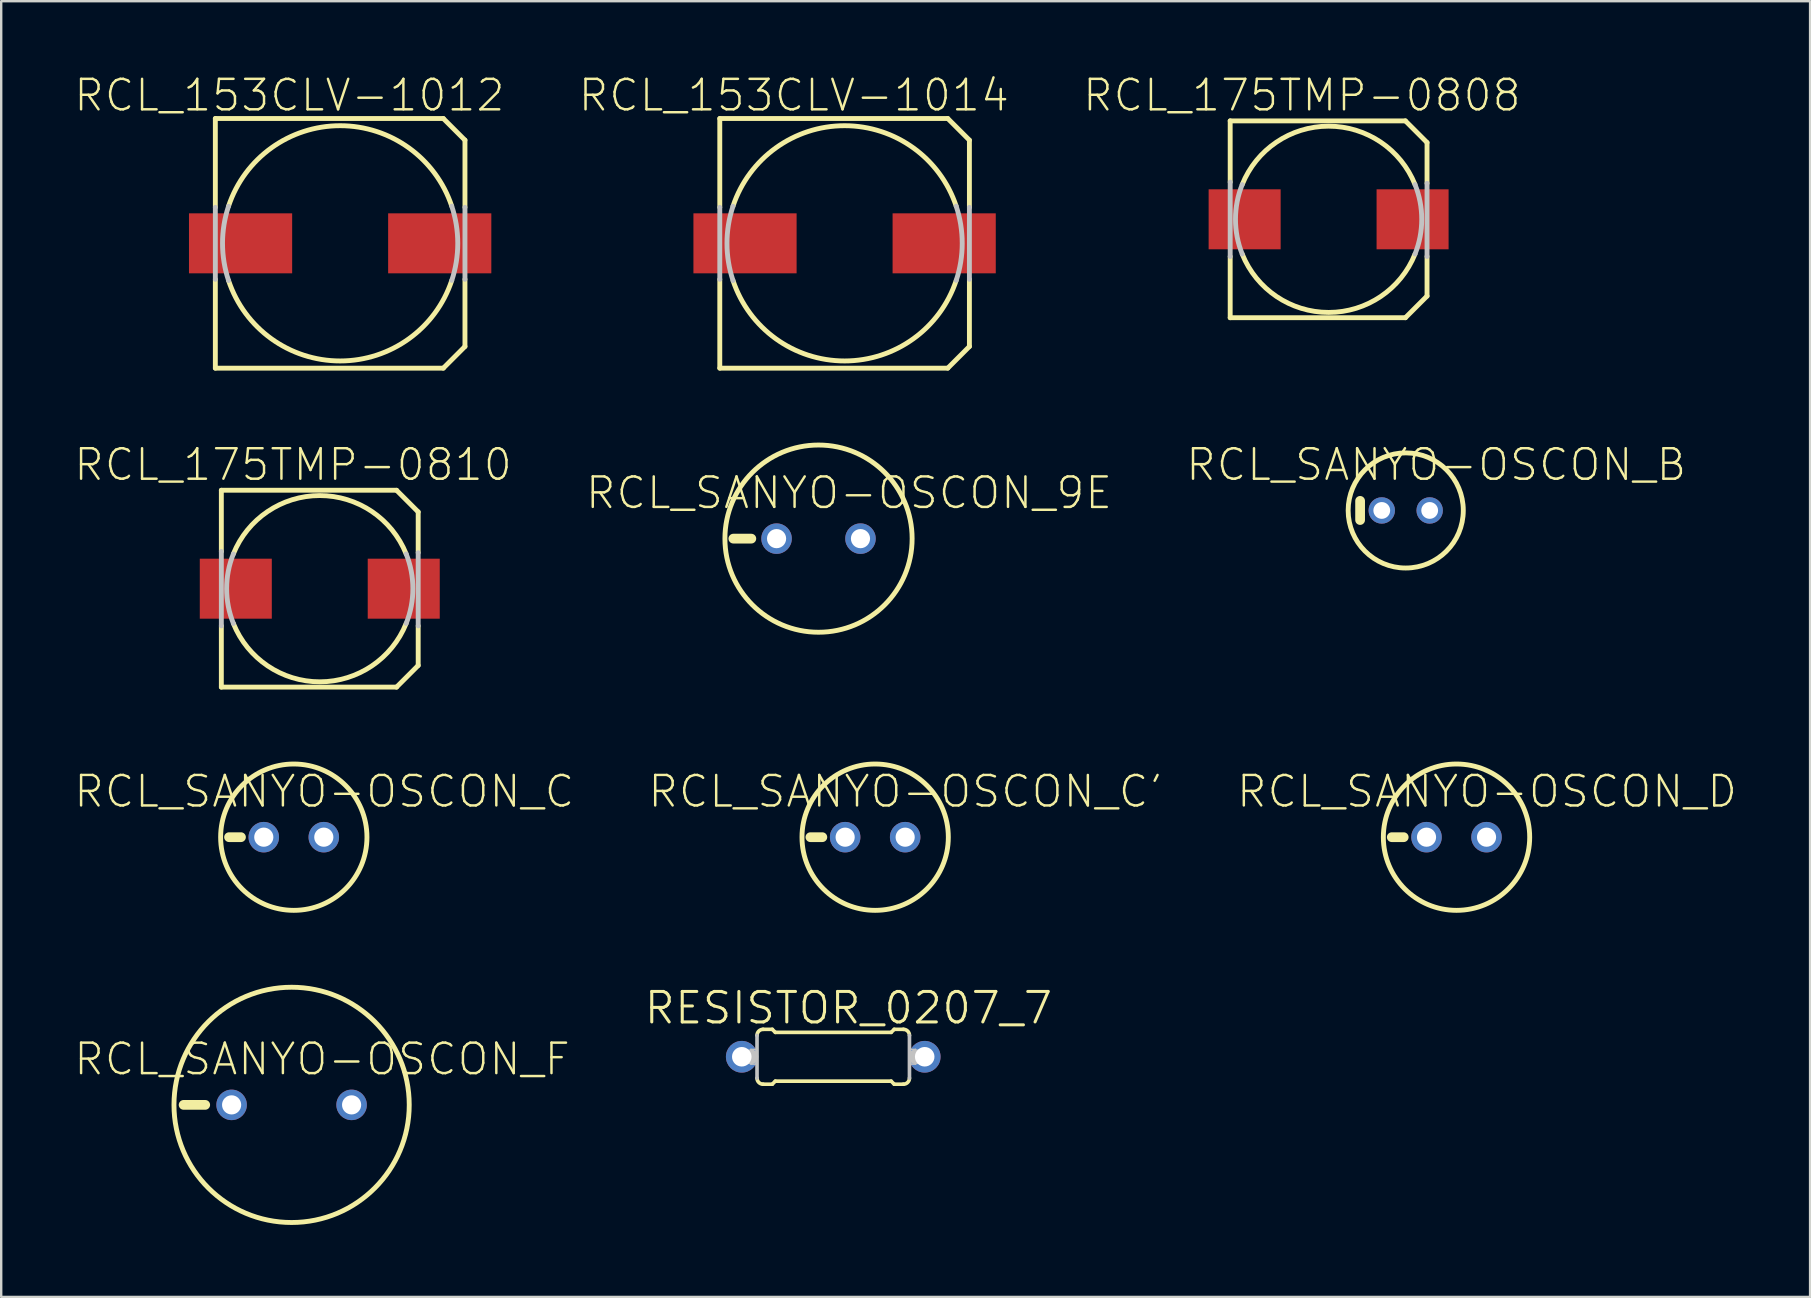
<source format=kicad_pcb>
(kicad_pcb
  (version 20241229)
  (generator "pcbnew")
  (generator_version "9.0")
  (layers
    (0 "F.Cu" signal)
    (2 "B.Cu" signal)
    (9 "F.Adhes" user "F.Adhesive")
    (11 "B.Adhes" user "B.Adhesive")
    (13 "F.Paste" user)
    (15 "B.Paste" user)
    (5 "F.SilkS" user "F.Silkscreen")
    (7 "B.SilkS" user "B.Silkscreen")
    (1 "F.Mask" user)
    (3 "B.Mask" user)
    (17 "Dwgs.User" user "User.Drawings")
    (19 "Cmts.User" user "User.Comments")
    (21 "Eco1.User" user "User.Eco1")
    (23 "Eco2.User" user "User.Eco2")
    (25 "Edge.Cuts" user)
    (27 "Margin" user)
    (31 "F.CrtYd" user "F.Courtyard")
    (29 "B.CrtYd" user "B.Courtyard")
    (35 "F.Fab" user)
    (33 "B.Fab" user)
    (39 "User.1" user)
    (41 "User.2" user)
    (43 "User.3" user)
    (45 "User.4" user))
  (footprint "RCL_153CLV-1012"
    (layer "F.Cu")
    (at 11.119 7.086)
    (property "Reference" "RCL_153CLV-1012" (at -2.113 -6.165 0) (layer "F.SilkS") (effects (font (size 1.27 1.27) (thickness 0.102))))
    (attr smd)
    (fp_line (start -5.199 -5.199) (end 4.298 -5.199) (stroke (width 0.203) (type solid)) (layer "F.SilkS"))
    (fp_line (start -5.199 -1.499) (end -5.199 -5.199) (stroke (width 0.203) (type solid)) (layer "F.SilkS"))
    (fp_line (start -5.199 5.199) (end -5.199 1.499) (stroke (width 0.203) (type solid)) (layer "F.SilkS"))
    (fp_line (start 4.298 -5.199) (end 5.199 -4.298) (stroke (width 0.203) (type solid)) (layer "F.SilkS"))
    (fp_line (start 4.298 5.199) (end -5.199 5.199) (stroke (width 0.203) (type solid)) (layer "F.SilkS"))
    (fp_line (start 5.199 -4.298) (end 5.199 -1.499) (stroke (width 0.203) (type solid)) (layer "F.SilkS"))
    (fp_line (start 5.199 1.499) (end 5.199 4.298) (stroke (width 0.203) (type solid)) (layer "F.SilkS"))
    (fp_line (start 5.199 4.298) (end 4.298 5.199) (stroke (width 0.203) (type solid)) (layer "F.SilkS"))
    (fp_arc (start -4.6482 -1.5494) (mid -0.001287 -4.899633) (end 4.647385 -1.551842) (stroke (width 0.2032) (type solid)) (layer "F.SilkS"))
    (fp_arc (start 4.6482 1.5494) (mid 0.001287 4.899633) (end -4.647385 1.551842) (stroke (width 0.2032) (type solid)) (layer "F.SilkS"))
    (fp_line (start -5.199 1.499) (end -5.199 -1.499) (stroke (width 0.203) (type solid)) (layer "Dwgs.User"))
    (fp_line (start 5.199 -1.499) (end 5.199 1.499) (stroke (width 0.203) (type solid)) (layer "Dwgs.User"))
    (fp_arc (start -4.6482 1.5494) (mid -4.899632 0.002989) (end -4.650087 -1.543728) (stroke (width 0.2032) (type solid)) (layer "Dwgs.User"))
    (fp_arc (start 4.6482 -1.5494) (mid 4.899632 -0.002989) (end 4.650087 1.543728) (stroke (width 0.2032) (type solid)) (layer "Dwgs.User"))
    (pad "+" smd rect (at 4.148 0) (size 4.298 2.499) (layers "F.Cu" "F.Mask" "F.Paste"))
    (pad "-" smd rect (at -4.148 0) (size 4.298 2.499) (layers "F.Cu" "F.Mask" "F.Paste")))
  (footprint "RCL_175TMP-0808"
    (layer "F.Cu")
    (at 52.294 6.085)
    (property "Reference" "RCL_175TMP-0808" (at -1.113 -5.164 0) (layer "F.SilkS") (effects (font (size 1.27 1.27) (thickness 0.102))))
    (attr smd)
    (fp_line (start -4.1 -4.1) (end 3.198 -4.1) (stroke (width 0.203) (type solid)) (layer "F.SilkS"))
    (fp_line (start -4.1 -1.549) (end -4.1 -4.1) (stroke (width 0.203) (type solid)) (layer "F.SilkS"))
    (fp_line (start -4.1 4.1) (end -4.1 1.549) (stroke (width 0.203) (type solid)) (layer "F.SilkS"))
    (fp_line (start 3.198 -4.1) (end 4.1 -3.198) (stroke (width 0.203) (type solid)) (layer "F.SilkS"))
    (fp_line (start 3.198 4.1) (end -4.1 4.1) (stroke (width 0.203) (type solid)) (layer "F.SilkS"))
    (fp_line (start 4.1 -3.198) (end 4.1 -1.499) (stroke (width 0.203) (type solid)) (layer "F.SilkS"))
    (fp_line (start 4.1 1.549) (end 4.1 3.198) (stroke (width 0.203) (type solid)) (layer "F.SilkS"))
    (fp_line (start 4.1 3.198) (end 3.198 4.1) (stroke (width 0.203) (type solid)) (layer "F.SilkS"))
    (fp_arc (start -3.59918 -1.4478) (mid -0.002514 -3.879461) (end 3.5973 -1.452464) (stroke (width 0.2032) (type solid)) (layer "F.SilkS"))
    (fp_arc (start 3.59918 1.4478) (mid 0.002514 3.879461) (end -3.5973 1.452464) (stroke (width 0.2032) (type solid)) (layer "F.SilkS"))
    (fp_line (start -4.1 1.549) (end -4.1 -1.549) (stroke (width 0.203) (type solid)) (layer "Dwgs.User"))
    (fp_line (start 4.1 -1.499) (end 4.1 1.549) (stroke (width 0.203) (type solid)) (layer "Dwgs.User"))
    (fp_arc (start -3.59918 1.4478) (mid -3.879461 0.000871) (end -3.59983 -1.446183) (stroke (width 0.2032) (type solid)) (layer "Dwgs.User"))
    (fp_arc (start 3.59918 -1.4478) (mid 3.879461 -0.000871) (end 3.59983 1.446183) (stroke (width 0.2032) (type solid)) (layer "Dwgs.User"))
    (pad "+" smd rect (at 3.498 0) (size 3 2.499) (layers "F.Cu" "F.Mask" "F.Paste"))
    (pad "-" smd rect (at -3.498 0) (size 3 2.499) (layers "F.Cu" "F.Mask" "F.Paste")))
  (footprint "RCL_SANYO-OSCON_C'"
    (layer "F.Cu")
    (at 33.405 31.823)
    (property "Reference" "RCL_SANYO-OSCON_C'" (at 1.27 -1.905 0) (layer "F.SilkS") (effects (font (size 1.27 1.27) (thickness 0.102))))
    (attr exclude_from_pos_files exclude_from_bom)
    (fp_line (start -2.2 0) (end -2.697 0) (stroke (width 0.406) (type solid)) (layer "F.SilkS"))
    (fp_circle (center 0 0) (end 0 -3.048) (stroke (width 0.203) (type solid)) (fill no) (layer "F.SilkS"))
    (pad "+" thru_hole circle (at 1.25 0) (size 1.27 1.27) (drill 0.798) (layers "*.Cu" "*.Paste" "*.Mask"))
    (pad "-" thru_hole circle (at -1.25 0) (size 1.27 1.27) (drill 0.798) (layers "*.Cu" "*.Paste" "*.Mask")))
  (footprint "RCL_153CLV-1014"
    (layer "F.Cu")
    (at 32.132 7.086)
    (property "Reference" "RCL_153CLV-1014" (at -2.113 -6.165 0) (layer "F.SilkS") (effects (font (size 1.27 1.27) (thickness 0.102))))
    (attr smd)
    (fp_line (start -5.199 -5.199) (end 4.298 -5.199) (stroke (width 0.203) (type solid)) (layer "F.SilkS"))
    (fp_line (start -5.199 -1.499) (end -5.199 -5.199) (stroke (width 0.203) (type solid)) (layer "F.SilkS"))
    (fp_line (start -5.199 5.199) (end -5.199 1.499) (stroke (width 0.203) (type solid)) (layer "F.SilkS"))
    (fp_line (start 4.298 -5.199) (end 5.199 -4.298) (stroke (width 0.203) (type solid)) (layer "F.SilkS"))
    (fp_line (start 4.298 5.199) (end -5.199 5.199) (stroke (width 0.203) (type solid)) (layer "F.SilkS"))
    (fp_line (start 5.199 -4.298) (end 5.199 -1.499) (stroke (width 0.203) (type solid)) (layer "F.SilkS"))
    (fp_line (start 5.199 1.499) (end 5.199 4.298) (stroke (width 0.203) (type solid)) (layer "F.SilkS"))
    (fp_line (start 5.199 4.298) (end 4.298 5.199) (stroke (width 0.203) (type solid)) (layer "F.SilkS"))
    (fp_arc (start -4.6482 -1.5494) (mid -0.001287 -4.899633) (end 4.647385 -1.551842) (stroke (width 0.2032) (type solid)) (layer "F.SilkS"))
    (fp_arc (start 4.6482 1.5494) (mid 0.001287 4.899633) (end -4.647385 1.551842) (stroke (width 0.2032) (type solid)) (layer "F.SilkS"))
    (fp_line (start -5.199 1.499) (end -5.199 -1.499) (stroke (width 0.203) (type solid)) (layer "Dwgs.User"))
    (fp_line (start 5.199 -1.499) (end 5.199 1.499) (stroke (width 0.203) (type solid)) (layer "Dwgs.User"))
    (fp_arc (start -4.6482 1.5494) (mid -4.899632 0.002989) (end -4.650087 -1.543728) (stroke (width 0.2032) (type solid)) (layer "Dwgs.User"))
    (fp_arc (start 4.6482 -1.5494) (mid 4.899632 -0.002989) (end 4.650087 1.543728) (stroke (width 0.2032) (type solid)) (layer "Dwgs.User"))
    (pad "+" smd rect (at 4.148 0) (size 4.298 2.499) (layers "F.Cu" "F.Mask" "F.Paste"))
    (pad "-" smd rect (at -4.148 0) (size 4.298 2.499) (layers "F.Cu" "F.Mask" "F.Paste")))
  (footprint "RCL_SANYO-OSCON_D"
    (layer "F.Cu")
    (at 57.622 31.823)
    (property "Reference" "RCL_SANYO-OSCON_D" (at 1.27 -1.905 0) (layer "F.SilkS") (effects (font (size 1.27 1.27) (thickness 0.102))))
    (attr exclude_from_pos_files exclude_from_bom)
    (fp_line (start -2.2 0) (end -2.697 0) (stroke (width 0.406) (type solid)) (layer "F.SilkS"))
    (fp_circle (center 0 0) (end 0 -3.048) (stroke (width 0.203) (type solid)) (fill no) (layer "F.SilkS"))
    (pad "+" thru_hole circle (at 1.25 0) (size 1.27 1.27) (drill 0.798) (layers "*.Cu" "*.Paste" "*.Mask"))
    (pad "-" thru_hole circle (at -1.25 0) (size 1.27 1.27) (drill 0.798) (layers "*.Cu" "*.Paste" "*.Mask")))
  (footprint "RCL_SANYO-OSCON_F"
    (layer "F.Cu")
    (at 9.097 42.974)
    (property "Reference" "RCL_SANYO-OSCON_F" (at 1.27 -1.905 0) (layer "F.SilkS") (effects (font (size 1.27 1.27) (thickness 0.102))))
    (attr exclude_from_pos_files exclude_from_bom)
    (fp_line (start -4.498 0) (end -3.599 0) (stroke (width 0.406) (type solid)) (layer "F.SilkS"))
    (fp_circle (center 0 0) (end 0 -4.9) (stroke (width 0.203) (type solid)) (fill no) (layer "F.SilkS"))
    (pad "+" thru_hole circle (at 2.499 0) (size 1.27 1.27) (drill 0.798) (layers "*.Cu" "*.Paste" "*.Mask"))
    (pad "-" thru_hole circle (at -2.499 0) (size 1.27 1.27) (drill 0.798) (layers "*.Cu" "*.Paste" "*.Mask")))
  (footprint "RCL_SANYO-OSCON_9E"
    (layer "F.Cu")
    (at 31.046 19.387)
    (property "Reference" "RCL_SANYO-OSCON_9E" (at 1.27 -1.905 0) (layer "F.SilkS") (effects (font (size 1.27 1.27) (thickness 0.102))))
    (attr exclude_from_pos_files exclude_from_bom)
    (fp_line (start -3.548 0) (end -2.799 0) (stroke (width 0.406) (type solid)) (layer "F.SilkS"))
    (fp_circle (center 0 0) (end 0 -3.899) (stroke (width 0.203) (type solid)) (fill no) (layer "F.SilkS"))
    (pad "+" thru_hole circle (at 1.748 0) (size 1.27 1.27) (drill 0.798) (layers "*.Cu" "*.Paste" "*.Mask"))
    (pad "-" thru_hole circle (at -1.748 0) (size 1.27 1.27) (drill 0.798) (layers "*.Cu" "*.Paste" "*.Mask")))
  (footprint "RCL_175TMP-0810"
    (layer "F.Cu")
    (at 10.27 21.472)
    (property "Reference" "RCL_175TMP-0810" (at -1.113 -5.164 0) (layer "F.SilkS") (effects (font (size 1.27 1.27) (thickness 0.102))))
    (attr smd)
    (fp_line (start -4.1 -4.1) (end 3.198 -4.1) (stroke (width 0.203) (type solid)) (layer "F.SilkS"))
    (fp_line (start -4.1 -1.549) (end -4.1 -4.1) (stroke (width 0.203) (type solid)) (layer "F.SilkS"))
    (fp_line (start -4.1 4.1) (end -4.1 1.549) (stroke (width 0.203) (type solid)) (layer "F.SilkS"))
    (fp_line (start 3.198 -4.1) (end 4.1 -3.198) (stroke (width 0.203) (type solid)) (layer "F.SilkS"))
    (fp_line (start 3.198 4.1) (end -4.1 4.1) (stroke (width 0.203) (type solid)) (layer "F.SilkS"))
    (fp_line (start 4.1 -3.198) (end 4.1 -1.499) (stroke (width 0.203) (type solid)) (layer "F.SilkS"))
    (fp_line (start 4.1 1.549) (end 4.1 3.198) (stroke (width 0.203) (type solid)) (layer "F.SilkS"))
    (fp_line (start 4.1 3.198) (end 3.198 4.1) (stroke (width 0.203) (type solid)) (layer "F.SilkS"))
    (fp_arc (start -3.59918 -1.4478) (mid -0.002514 -3.879461) (end 3.5973 -1.452464) (stroke (width 0.2032) (type solid)) (layer "F.SilkS"))
    (fp_arc (start 3.59918 1.4478) (mid 0.002514 3.879461) (end -3.5973 1.452464) (stroke (width 0.2032) (type solid)) (layer "F.SilkS"))
    (fp_line (start -4.1 1.549) (end -4.1 -1.549) (stroke (width 0.203) (type solid)) (layer "Dwgs.User"))
    (fp_line (start 4.1 -1.499) (end 4.1 1.549) (stroke (width 0.203) (type solid)) (layer "Dwgs.User"))
    (fp_arc (start -3.59918 1.4478) (mid -3.879461 0.000871) (end -3.59983 -1.446183) (stroke (width 0.2032) (type solid)) (layer "Dwgs.User"))
    (fp_arc (start 3.59918 -1.4478) (mid 3.879461 -0.000871) (end 3.59983 1.446183) (stroke (width 0.2032) (type solid)) (layer "Dwgs.User"))
    (pad "+" smd rect (at 3.498 0) (size 3 2.499) (layers "F.Cu" "F.Mask" "F.Paste"))
    (pad "-" smd rect (at -3.498 0) (size 3 2.499) (layers "F.Cu" "F.Mask" "F.Paste")))
  (footprint "RESISTOR_0207_7"
    (layer "F.Cu")
    (at 31.659 40.97)
    (property "Reference" "RESISTOR_0207_7" (at 0.635 -2.032 0) (layer "F.SilkS") (effects (font (size 1.27 1.27) (thickness 0.127))))
    (attr exclude_from_pos_files exclude_from_bom)
    (fp_line (start -2.921 -1.143) (end -2.54 -1.143) (stroke (width 0.152) (type solid)) (layer "F.SilkS"))
    (fp_line (start -2.921 1.143) (end -2.54 1.143) (stroke (width 0.152) (type solid)) (layer "F.SilkS"))
    (fp_line (start -2.413 -1.016) (end -2.54 -1.143) (stroke (width 0.152) (type solid)) (layer "F.SilkS"))
    (fp_line (start -2.413 1.016) (end -2.54 1.143) (stroke (width 0.152) (type solid)) (layer "F.SilkS"))
    (fp_line (start 2.413 -1.016) (end -2.413 -1.016) (stroke (width 0.152) (type solid)) (layer "F.SilkS"))
    (fp_line (start 2.413 -1.016) (end 2.54 -1.143) (stroke (width 0.152) (type solid)) (layer "F.SilkS"))
    (fp_line (start 2.413 1.016) (end -2.413 1.016) (stroke (width 0.152) (type solid)) (layer "F.SilkS"))
    (fp_line (start 2.413 1.016) (end 2.54 1.143) (stroke (width 0.152) (type solid)) (layer "F.SilkS"))
    (fp_line (start 2.921 -1.143) (end 2.54 -1.143) (stroke (width 0.152) (type solid)) (layer "F.SilkS"))
    (fp_line (start 2.921 1.143) (end 2.54 1.143) (stroke (width 0.152) (type solid)) (layer "F.SilkS"))
    (fp_arc (start -3.175 -0.889) (mid -3.100605 -1.068605) (end -2.921 -1.143) (stroke (width 0.1524) (type solid)) (layer "F.SilkS"))
    (fp_arc (start -2.921 1.143) (mid -3.100605 1.068605) (end -3.175 0.889) (stroke (width 0.1524) (type solid)) (layer "F.SilkS"))
    (fp_arc (start 2.921 -1.143) (mid 3.100605 -1.068605) (end 3.175 -0.889) (stroke (width 0.1524) (type solid)) (layer "F.SilkS"))
    (fp_arc (start 3.175 0.889) (mid 3.100605 1.068605) (end 2.921 1.143) (stroke (width 0.1524) (type solid)) (layer "F.SilkS"))
    (fp_line (start -3.81 0) (end -3.429 0) (stroke (width 0.61) (type solid)) (layer "Dwgs.User"))
    (fp_line (start -3.429 -0.305) (end -3.175 -0.305) (stroke (width 0.066) (type solid)) (layer "Dwgs.User"))
    (fp_line (start -3.429 0.305) (end -3.429 -0.305) (stroke (width 0.066) (type solid)) (layer "Dwgs.User"))
    (fp_line (start -3.429 0.305) (end -3.175 0.305) (stroke (width 0.066) (type solid)) (layer "Dwgs.User"))
    (fp_line (start -3.175 0.305) (end -3.175 -0.305) (stroke (width 0.066) (type solid)) (layer "Dwgs.User"))
    (fp_line (start -3.175 0.889) (end -3.175 -0.889) (stroke (width 0.152) (type solid)) (layer "Dwgs.User"))
    (fp_line (start 3.175 -0.305) (end 3.429 -0.305) (stroke (width 0.066) (type solid)) (layer "Dwgs.User"))
    (fp_line (start 3.175 0.305) (end 3.175 -0.305) (stroke (width 0.066) (type solid)) (layer "Dwgs.User"))
    (fp_line (start 3.175 0.305) (end 3.429 0.305) (stroke (width 0.066) (type solid)) (layer "Dwgs.User"))
    (fp_line (start 3.175 0.889) (end 3.175 -0.889) (stroke (width 0.152) (type solid)) (layer "Dwgs.User"))
    (fp_line (start 3.429 0) (end 3.81 0) (stroke (width 0.61) (type solid)) (layer "Dwgs.User"))
    (fp_line (start 3.429 0.305) (end 3.429 -0.305) (stroke (width 0.066) (type solid)) (layer "Dwgs.User"))
    (pad "1" thru_hole circle (at -3.81 0) (size 1.321 1.321) (drill 0.813) (layers "*.Cu" "*.Paste" "*.Mask"))
    (pad "2" thru_hole circle (at 3.81 0) (size 1.321 1.321) (drill 0.813) (layers "*.Cu" "*.Paste" "*.Mask")))
  (footprint "RCL_SANYO-OSCON_C"
    (layer "F.Cu")
    (at 9.188 31.823)
    (property "Reference" "RCL_SANYO-OSCON_C" (at 1.27 -1.905 0) (layer "F.SilkS") (effects (font (size 1.27 1.27) (thickness 0.102))))
    (attr exclude_from_pos_files exclude_from_bom)
    (fp_line (start -2.2 0) (end -2.697 0) (stroke (width 0.406) (type solid)) (layer "F.SilkS"))
    (fp_circle (center 0 0) (end 0 -3.048) (stroke (width 0.203) (type solid)) (fill no) (layer "F.SilkS"))
    (pad "+" thru_hole circle (at 1.25 0) (size 1.27 1.27) (drill 0.798) (layers "*.Cu" "*.Paste" "*.Mask"))
    (pad "-" thru_hole circle (at -1.25 0) (size 1.27 1.27) (drill 0.798) (layers "*.Cu" "*.Paste" "*.Mask")))
  (footprint "RCL_SANYO-OSCON_B"
    (layer "F.Cu")
    (at 55.506 18.213)
    (property "Reference" "RCL_SANYO-OSCON_B" (at 1.27 -1.905 0) (layer "F.SilkS") (effects (font (size 1.27 1.27) (thickness 0.102))))
    (attr exclude_from_pos_files exclude_from_bom)
    (fp_line (start -1.9 0.399) (end -1.9 -0.399) (stroke (width 0.406) (type solid)) (layer "F.SilkS"))
    (fp_circle (center 0 0) (end 0 -2.398) (stroke (width 0.203) (type solid)) (fill no) (layer "F.SilkS"))
    (pad "+" thru_hole circle (at 0.998 0) (size 1.1 1.1) (drill 0.699) (layers "*.Cu" "*.Paste" "*.Mask"))
    (pad "-" thru_hole circle (at -0.998 0) (size 1.1 1.1) (drill 0.699) (layers "*.Cu" "*.Paste" "*.Mask")))
  (gr_rect
    (start -3 -3)
    (end 72.35 50.975)
    (stroke (width 0.1) (type default))
    (fill no)
    (layer "Edge.Cuts")))
</source>
